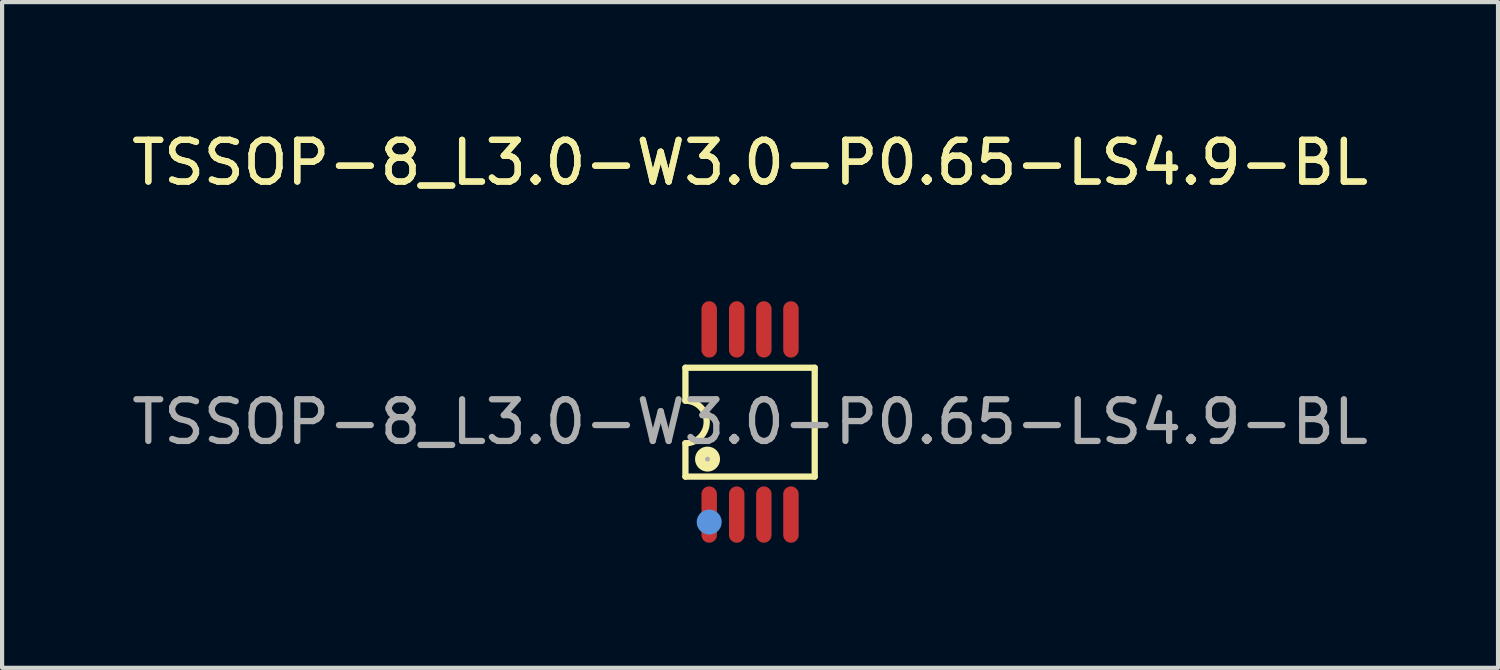
<source format=kicad_pcb>
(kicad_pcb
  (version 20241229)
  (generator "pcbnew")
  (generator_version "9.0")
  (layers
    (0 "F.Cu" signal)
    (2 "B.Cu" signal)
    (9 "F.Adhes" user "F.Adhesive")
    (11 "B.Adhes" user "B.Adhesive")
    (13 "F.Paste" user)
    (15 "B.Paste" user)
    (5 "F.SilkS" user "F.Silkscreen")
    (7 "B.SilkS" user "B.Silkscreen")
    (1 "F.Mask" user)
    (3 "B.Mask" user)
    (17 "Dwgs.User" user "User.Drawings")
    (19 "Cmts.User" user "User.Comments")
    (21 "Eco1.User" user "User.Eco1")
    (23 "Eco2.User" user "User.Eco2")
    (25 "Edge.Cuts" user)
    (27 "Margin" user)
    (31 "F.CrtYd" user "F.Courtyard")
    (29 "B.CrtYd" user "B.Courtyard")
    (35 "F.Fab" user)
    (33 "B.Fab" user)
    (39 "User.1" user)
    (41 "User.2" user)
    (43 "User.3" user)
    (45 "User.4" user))
  (footprint "TSSOP-8_L3.0-W3.0-P0.65-LS4.9-BL"
    (layer "F.Cu")
    (at 14.935 7.068)
    (property "Reference" "TSSOP-8_L3.0-W3.0-P0.65-LS4.9-BL" (at 0 -6.22 0) (layer "F.SilkS") (effects (font (size 1 1) (thickness 0.15))))
    (attr smd)
    (fp_line (start -1.55 -1.3) (end -1.55 -0.51) (stroke (width 0.15) (type solid)) (layer "F.SilkS"))
    (fp_line (start -1.55 -1.3) (end 1.55 -1.3) (stroke (width 0.15) (type solid)) (layer "F.SilkS"))
    (fp_line (start -1.55 0.51) (end -1.55 1.31) (stroke (width 0.15) (type solid)) (layer "F.SilkS"))
    (fp_line (start -1.55 1.31) (end 1.55 1.31) (stroke (width 0.15) (type solid)) (layer "F.SilkS"))
    (fp_line (start 1.55 -1.3) (end 1.55 1.31) (stroke (width 0.15) (type solid)) (layer "F.SilkS"))
    (fp_arc (start -1.55 -0.51) (mid -1.04 0) (end -1.55 0.51) (stroke (width 0.15) (type solid)) (layer "F.SilkS"))
    (fp_circle (center -1.02 0.89) (end -0.87 0.89) (stroke (width 0.3) (type solid)) (fill no) (layer "F.SilkS"))
    (fp_circle (center -0.98 2.4) (end -0.83 2.4) (stroke (width 0.3) (type solid)) (fill no) (layer "Cmts.User"))
    (fp_circle (center -1.02 0.89) (end -0.99 0.89) (stroke (width 0.06) (type solid)) (fill no) (layer "F.Fab"))
    (fp_text user "${REFERENCE}" (at 0 -6.22 0) (layer "F.SilkS") (effects (font (size 1 1) (thickness 0.15))))
    (fp_text user "${REFERENCE}" (at 0 0 0) (layer "F.Fab") (effects (font (size 1 1) (thickness 0.15))))
    (pad "1" smd oval (at -0.98 2.22) (size 0.37 1.35) (layers "F.Cu" "F.Mask" "F.Paste"))
    (pad "2" smd oval (at -0.32 2.22) (size 0.37 1.35) (layers "F.Cu" "F.Mask" "F.Paste"))
    (pad "3" smd oval (at 0.33 2.22) (size 0.37 1.35) (layers "F.Cu" "F.Mask" "F.Paste"))
    (pad "4" smd oval (at 0.98 2.22) (size 0.37 1.35) (layers "F.Cu" "F.Mask" "F.Paste"))
    (pad "5" smd oval (at 0.98 -2.22) (size 0.37 1.35) (layers "F.Cu" "F.Mask" "F.Paste"))
    (pad "6" smd oval (at 0.33 -2.22) (size 0.37 1.35) (layers "F.Cu" "F.Mask" "F.Paste"))
    (pad "7" smd oval (at -0.32 -2.22) (size 0.37 1.35) (layers "F.Cu" "F.Mask" "F.Paste"))
    (pad "8" smd oval (at -0.98 -2.22) (size 0.37 1.35) (layers "F.Cu" "F.Mask" "F.Paste")))
  (gr_rect
    (start -3 -3)
    (end 32.869 12.963)
    (stroke (width 0.1) (type default))
    (fill no)
    (layer "Edge.Cuts")))
</source>
